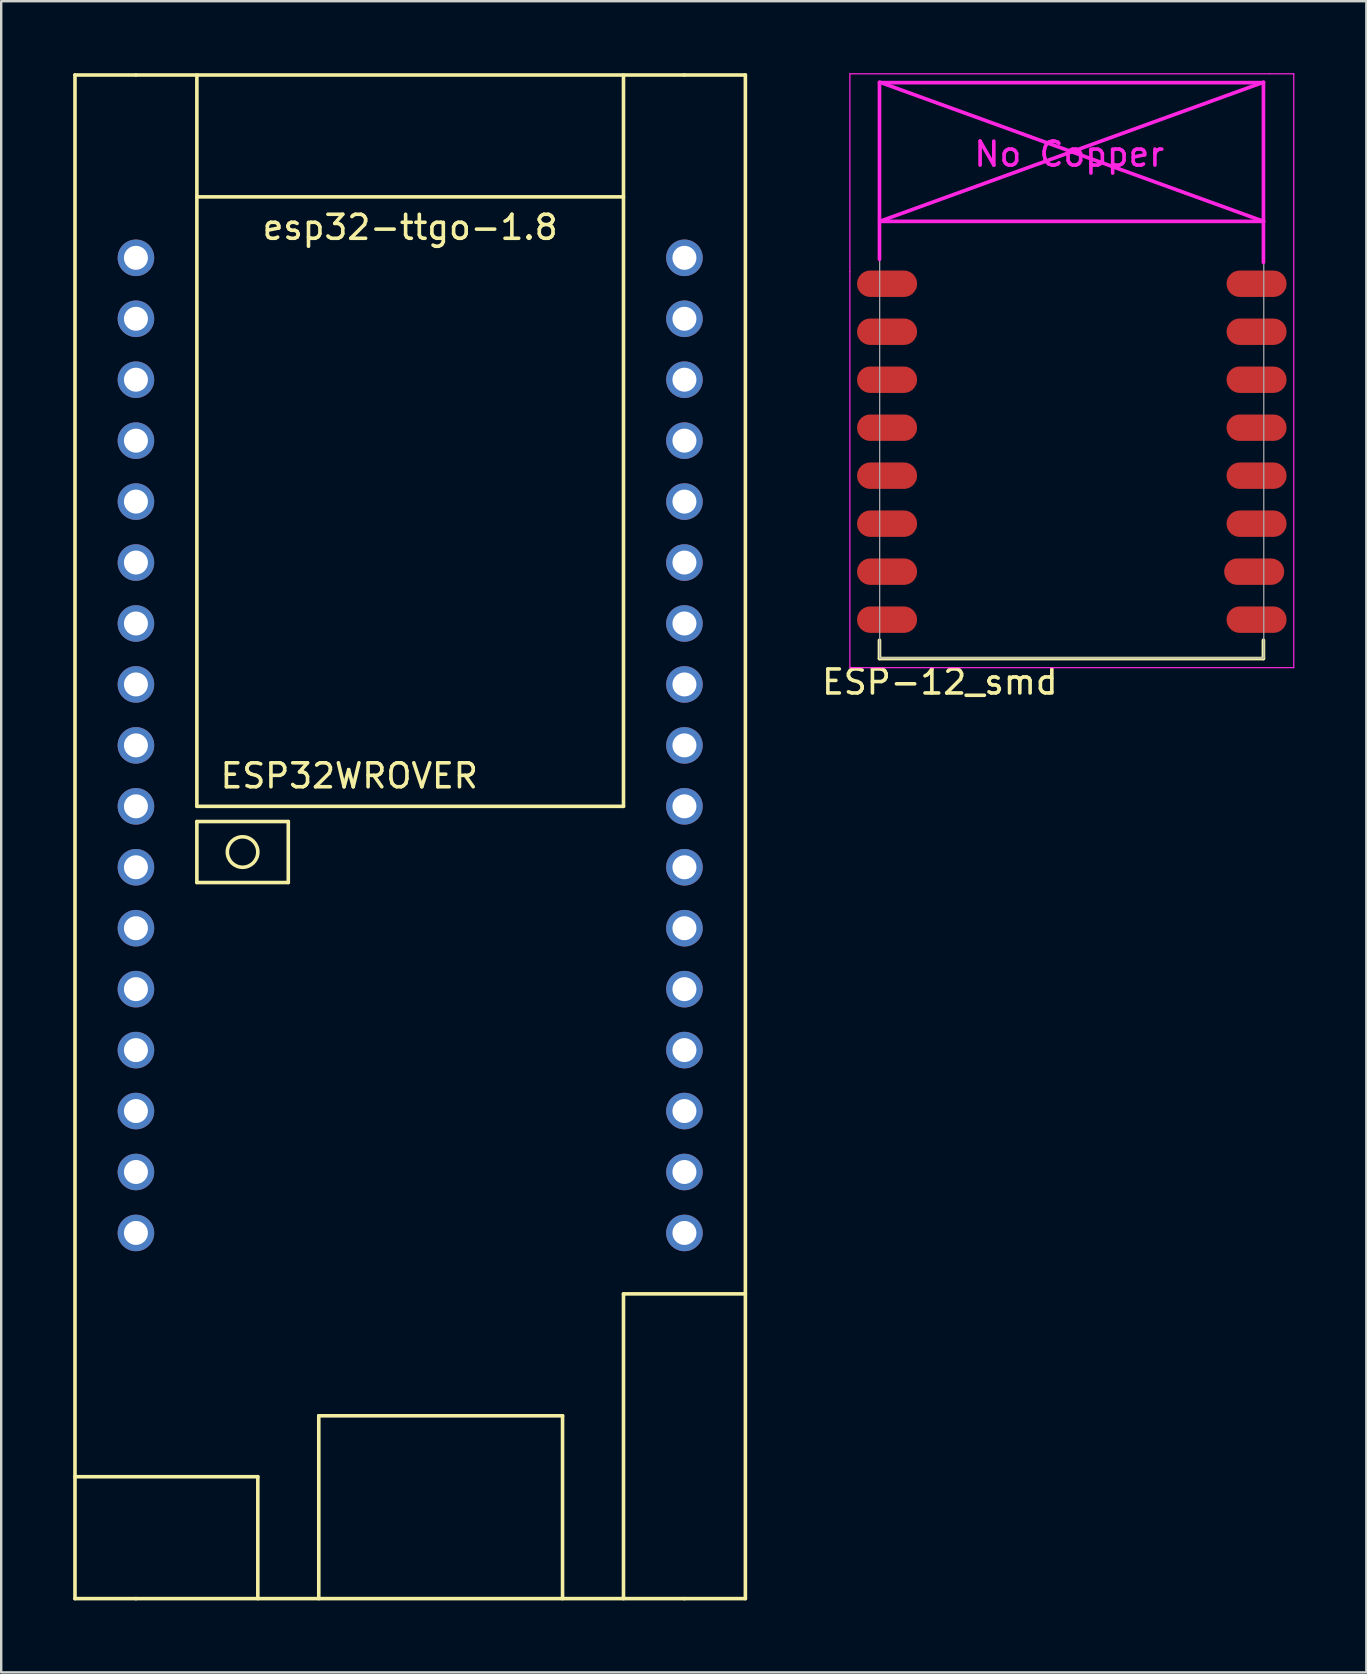
<source format=kicad_pcb>
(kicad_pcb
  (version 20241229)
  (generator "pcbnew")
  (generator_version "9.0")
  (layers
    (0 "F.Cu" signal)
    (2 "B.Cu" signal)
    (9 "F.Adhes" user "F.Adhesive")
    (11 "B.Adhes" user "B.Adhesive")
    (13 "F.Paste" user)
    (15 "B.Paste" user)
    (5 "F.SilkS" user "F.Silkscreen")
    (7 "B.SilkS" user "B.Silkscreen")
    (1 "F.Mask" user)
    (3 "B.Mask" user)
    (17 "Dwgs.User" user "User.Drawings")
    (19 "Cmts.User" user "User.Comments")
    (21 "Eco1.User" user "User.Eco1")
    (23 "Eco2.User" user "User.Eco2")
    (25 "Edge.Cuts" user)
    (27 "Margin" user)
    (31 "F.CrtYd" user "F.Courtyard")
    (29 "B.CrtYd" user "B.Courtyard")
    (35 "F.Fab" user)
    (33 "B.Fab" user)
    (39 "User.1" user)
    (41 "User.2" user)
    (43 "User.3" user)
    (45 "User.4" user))
  (footprint "ESP-12_smd"
    (layer "F.Cu")
    (at 34.62 8.775)
    (property "Reference" "ESP-12_smd" (at 1.5 16.6 0) (layer "F.SilkS") (effects (font (size 1 1) (thickness 0.15))))
    (attr through_hole)
    (fp_line (start -1.016 14.859) (end -1.016 15.621) (stroke (width 0.152) (type solid)) (layer "F.SilkS"))
    (fp_line (start -1.016 15.621) (end 14.986 15.621) (stroke (width 0.152) (type solid)) (layer "F.SilkS"))
    (fp_line (start 14.986 15.621) (end 14.986 14.859) (stroke (width 0.152) (type solid)) (layer "F.SilkS"))
    (fp_line (start -2.25 -8.75) (end 15.25 -8.75) (stroke (width 0.05) (type solid)) (layer "F.CrtYd"))
    (fp_line (start -2.25 -0.5) (end -2.25 -8.75) (stroke (width 0.05) (type solid)) (layer "F.CrtYd"))
    (fp_line (start -2.25 16) (end -2.25 -0.5) (stroke (width 0.05) (type solid)) (layer "F.CrtYd"))
    (fp_line (start -1.016 -8.382) (end -1.016 -1.016) (stroke (width 0.152) (type solid)) (layer "F.CrtYd"))
    (fp_line (start -1.016 -8.382) (end 14.986 -8.382) (stroke (width 0.152) (type solid)) (layer "F.CrtYd"))
    (fp_line (start -1.008 -8.4) (end 14.992 -2.6) (stroke (width 0.152) (type solid)) (layer "F.CrtYd"))
    (fp_line (start -1.008 -2.6) (end 14.992 -2.6) (stroke (width 0.152) (type solid)) (layer "F.CrtYd"))
    (fp_line (start 14.986 -8.382) (end 14.986 -0.889) (stroke (width 0.152) (type solid)) (layer "F.CrtYd"))
    (fp_line (start 14.992 -8.4) (end -1.008 -2.6) (stroke (width 0.152) (type solid)) (layer "F.CrtYd"))
    (fp_line (start 15.25 -8.75) (end 16.25 -8.75) (stroke (width 0.05) (type solid)) (layer "F.CrtYd"))
    (fp_line (start 16.25 -8.75) (end 16.25 16) (stroke (width 0.05) (type solid)) (layer "F.CrtYd"))
    (fp_line (start 16.25 16) (end -2.25 16) (stroke (width 0.05) (type solid)) (layer "F.CrtYd"))
    (fp_line (start -1.008 -8.4) (end 14.992 -8.4) (stroke (width 0.05) (type solid)) (layer "F.Fab"))
    (fp_line (start -1.008 15.6) (end -1.008 -8.4) (stroke (width 0.05) (type solid)) (layer "F.Fab"))
    (fp_line (start 14.992 15.6) (end -1.008 15.6) (stroke (width 0.05) (type solid)) (layer "F.Fab"))
    (fp_line (start 15 -8.4) (end 15 15.6) (stroke (width 0.05) (type solid)) (layer "F.Fab"))
    (fp_text user "No Copper" (at 6.892 -5.4 0) (layer "F.CrtYd") (effects (font (size 1 1) (thickness 0.15))))
    (pad "1" smd oval (at 0 0) (size 2.5 1.1) (drill (offset -0.7 0)) (layers "F.Cu" "F.Mask" "F.Paste"))
    (pad "2" smd oval (at 0 2) (size 2.5 1.1) (drill (offset -0.7 0)) (layers "F.Cu" "F.Mask" "F.Paste"))
    (pad "3" smd oval (at 0 4) (size 2.5 1.1) (drill (offset -0.7 0)) (layers "F.Cu" "F.Mask" "F.Paste"))
    (pad "4" smd oval (at 0 6) (size 2.5 1.1) (drill (offset -0.7 0)) (layers "F.Cu" "F.Mask" "F.Paste"))
    (pad "5" smd oval (at 0 8) (size 2.5 1.1) (drill (offset -0.7 0)) (layers "F.Cu" "F.Mask" "F.Paste"))
    (pad "6" smd oval (at 0 10) (size 2.5 1.1) (drill (offset -0.7 0)) (layers "F.Cu" "F.Mask" "F.Paste"))
    (pad "7" smd oval (at 0 12) (size 2.5 1.1) (drill (offset -0.7 0)) (layers "F.Cu" "F.Mask" "F.Paste"))
    (pad "8" smd oval (at 0 14) (size 2.5 1.1) (drill (offset -0.7 0)) (layers "F.Cu" "F.Mask" "F.Paste"))
    (pad "9" smd oval (at 14 14) (size 2.5 1.1) (drill (offset 0.7 0)) (layers "F.Cu" "F.Mask" "F.Paste"))
    (pad "10" smd oval (at 14 12) (size 2.5 1.1) (drill (offset 0.6 0)) (layers "F.Cu" "F.Mask" "F.Paste"))
    (pad "11" smd oval (at 14 10) (size 2.5 1.1) (drill (offset 0.7 0)) (layers "F.Cu" "F.Mask" "F.Paste"))
    (pad "12" smd oval (at 14 8) (size 2.5 1.1) (drill (offset 0.7 0)) (layers "F.Cu" "F.Mask" "F.Paste"))
    (pad "13" smd oval (at 14 6) (size 2.5 1.1) (drill (offset 0.7 0)) (layers "F.Cu" "F.Mask" "F.Paste"))
    (pad "14" smd oval (at 14 4) (size 2.5 1.1) (drill (offset 0.7 0)) (layers "F.Cu" "F.Mask" "F.Paste"))
    (pad "15" smd oval (at 14 2) (size 2.5 1.1) (drill (offset 0.7 0)) (layers "F.Cu" "F.Mask" "F.Paste"))
    (pad "16" smd oval (at 14 0) (size 2.5 1.1) (drill (offset 0.7 0)) (layers "F.Cu" "F.Mask" "F.Paste")))
  (footprint "esp32-ttgo-1.8"
    (layer "F.Cu")
    (at 15.315 25.475)
    (property "Reference" "esp32-ttgo-1.8" (at -1.27 -19.05 0) (layer "F.SilkS") (effects (font (size 1 1) (thickness 0.15))))
    (attr through_hole)
    (fp_line (start -15.24 -25.4) (end -15.24 38.1) (stroke (width 0.15) (type solid)) (layer "F.SilkS"))
    (fp_line (start -15.24 38.1) (end -12.7 38.1) (stroke (width 0.15) (type solid)) (layer "F.SilkS"))
    (fp_line (start -12.7 -25.4) (end -15.24 -25.4) (stroke (width 0.15) (type solid)) (layer "F.SilkS"))
    (fp_line (start -12.7 -25.4) (end 10.16 -25.4) (stroke (width 0.15) (type solid)) (layer "F.SilkS"))
    (fp_line (start -12.7 38.1) (end 10.16 38.1) (stroke (width 0.15) (type solid)) (layer "F.SilkS"))
    (fp_line (start -10.16 -25.4) (end -10.16 5.08) (stroke (width 0.15) (type solid)) (layer "F.SilkS"))
    (fp_line (start -10.16 -20.32) (end 7.62 -20.32) (stroke (width 0.15) (type solid)) (layer "F.SilkS"))
    (fp_line (start -10.16 5.08) (end 7.62 5.08) (stroke (width 0.15) (type solid)) (layer "F.SilkS"))
    (fp_line (start -10.16 5.715) (end -6.35 5.715) (stroke (width 0.15) (type solid)) (layer "F.SilkS"))
    (fp_line (start -10.16 8.255) (end -10.16 5.715) (stroke (width 0.15) (type solid)) (layer "F.SilkS"))
    (fp_line (start -7.62 33.02) (end -15.24 33.02) (stroke (width 0.15) (type solid)) (layer "F.SilkS"))
    (fp_line (start -7.62 38.1) (end -7.62 33.02) (stroke (width 0.15) (type solid)) (layer "F.SilkS"))
    (fp_line (start -6.35 5.715) (end -6.35 8.255) (stroke (width 0.15) (type solid)) (layer "F.SilkS"))
    (fp_line (start -6.35 8.255) (end -10.16 8.255) (stroke (width 0.15) (type solid)) (layer "F.SilkS"))
    (fp_line (start -5.08 30.48) (end -5.08 38.1) (stroke (width 0.15) (type solid)) (layer "F.SilkS"))
    (fp_line (start 5.08 30.48) (end -5.08 30.48) (stroke (width 0.15) (type solid)) (layer "F.SilkS"))
    (fp_line (start 5.08 38.1) (end 5.08 30.48) (stroke (width 0.15) (type solid)) (layer "F.SilkS"))
    (fp_line (start 7.62 5.08) (end 7.62 -25.4) (stroke (width 0.15) (type solid)) (layer "F.SilkS"))
    (fp_line (start 7.62 25.4) (end 12.7 25.4) (stroke (width 0.15) (type solid)) (layer "F.SilkS"))
    (fp_line (start 7.62 38.1) (end 7.62 25.4) (stroke (width 0.15) (type solid)) (layer "F.SilkS"))
    (fp_line (start 10.16 38.1) (end 12.7 38.1) (stroke (width 0.15) (type solid)) (layer "F.SilkS"))
    (fp_line (start 12.7 -25.4) (end 10.16 -25.4) (stroke (width 0.15) (type solid)) (layer "F.SilkS"))
    (fp_line (start 12.7 38.1) (end 12.7 -25.4) (stroke (width 0.15) (type solid)) (layer "F.SilkS"))
    (fp_circle (center -8.255 6.985) (end -7.62 6.985) (stroke (width 0.15) (type solid)) (fill no) (layer "F.SilkS"))
    (fp_text user "ESP32WROVER" (at -3.81 3.81 0) (layer "F.SilkS") (effects (font (size 1 1) (thickness 0.15))))
    (pad "1" thru_hole circle (at -12.7 -17.78) (size 1.524 1.524) (drill 1) (layers "*.Cu" "*.Mask"))
    (pad "2" thru_hole circle (at -12.7 -15.24) (size 1.524 1.524) (drill 1) (layers "*.Cu" "*.Mask"))
    (pad "3" thru_hole circle (at -12.7 -12.7) (size 1.524 1.524) (drill 1) (layers "*.Cu" "*.Mask"))
    (pad "4" thru_hole circle (at -12.7 -10.16) (size 1.524 1.524) (drill 1) (layers "*.Cu" "*.Mask"))
    (pad "5" thru_hole circle (at -12.7 -7.62) (size 1.524 1.524) (drill 1) (layers "*.Cu" "*.Mask"))
    (pad "6" thru_hole circle (at -12.7 -5.08) (size 1.524 1.524) (drill 1) (layers "*.Cu" "*.Mask"))
    (pad "7" thru_hole circle (at -12.7 -2.54) (size 1.524 1.524) (drill 1) (layers "*.Cu" "*.Mask"))
    (pad "8" thru_hole circle (at -12.7 0) (size 1.524 1.524) (drill 1) (layers "*.Cu" "*.Mask"))
    (pad "9" thru_hole circle (at -12.7 2.54) (size 1.524 1.524) (drill 1) (layers "*.Cu" "*.Mask"))
    (pad "10" thru_hole circle (at -12.7 5.08) (size 1.524 1.524) (drill 1) (layers "*.Cu" "*.Mask"))
    (pad "11" thru_hole circle (at -12.7 7.62) (size 1.524 1.524) (drill 1) (layers "*.Cu" "*.Mask"))
    (pad "12" thru_hole circle (at -12.7 10.16) (size 1.524 1.524) (drill 1) (layers "*.Cu" "*.Mask"))
    (pad "13" thru_hole circle (at -12.7 12.7) (size 1.524 1.524) (drill 1) (layers "*.Cu" "*.Mask"))
    (pad "14" thru_hole circle (at -12.7 15.24) (size 1.524 1.524) (drill 1) (layers "*.Cu" "*.Mask"))
    (pad "15" thru_hole circle (at -12.7 17.78) (size 1.524 1.524) (drill 1) (layers "*.Cu" "*.Mask"))
    (pad "16" thru_hole circle (at -12.7 20.32) (size 1.524 1.524) (drill 1) (layers "*.Cu" "*.Mask"))
    (pad "17" thru_hole circle (at -12.7 22.86) (size 1.524 1.524) (drill 1) (layers "*.Cu" "*.Mask"))
    (pad "18" thru_hole circle (at 10.16 22.86) (size 1.524 1.524) (drill 1) (layers "*.Cu" "*.Mask"))
    (pad "19" thru_hole circle (at 10.16 20.32) (size 1.524 1.524) (drill 1) (layers "*.Cu" "*.Mask"))
    (pad "20" thru_hole circle (at 10.16 17.78) (size 1.524 1.524) (drill 1) (layers "*.Cu" "*.Mask"))
    (pad "21" thru_hole circle (at 10.16 15.24) (size 1.524 1.524) (drill 1) (layers "*.Cu" "*.Mask"))
    (pad "22" thru_hole circle (at 10.16 12.7) (size 1.524 1.524) (drill 1) (layers "*.Cu" "*.Mask"))
    (pad "23" thru_hole circle (at 10.16 10.16) (size 1.524 1.524) (drill 1) (layers "*.Cu" "*.Mask"))
    (pad "24" thru_hole circle (at 10.16 7.62) (size 1.524 1.524) (drill 1) (layers "*.Cu" "*.Mask"))
    (pad "25" thru_hole circle (at 10.16 5.08) (size 1.524 1.524) (drill 1) (layers "*.Cu" "*.Mask"))
    (pad "26" thru_hole circle (at 10.16 2.54) (size 1.524 1.524) (drill 1) (layers "*.Cu" "*.Mask"))
    (pad "27" thru_hole circle (at 10.16 0) (size 1.524 1.524) (drill 1) (layers "*.Cu" "*.Mask"))
    (pad "28" thru_hole circle (at 10.16 -2.54) (size 1.524 1.524) (drill 1) (layers "*.Cu" "*.Mask"))
    (pad "29" thru_hole circle (at 10.16 -5.08) (size 1.524 1.524) (drill 1) (layers "*.Cu" "*.Mask"))
    (pad "30" thru_hole circle (at 10.16 -7.62) (size 1.524 1.524) (drill 1) (layers "*.Cu" "*.Mask"))
    (pad "31" thru_hole circle (at 10.16 -10.16) (size 1.524 1.524) (drill 1) (layers "*.Cu" "*.Mask"))
    (pad "32" thru_hole circle (at 10.16 -12.7) (size 1.524 1.524) (drill 1) (layers "*.Cu" "*.Mask"))
    (pad "33" thru_hole circle (at 10.16 -15.24) (size 1.524 1.524) (drill 1) (layers "*.Cu" "*.Mask"))
    (pad "34" thru_hole circle (at 10.16 -17.78) (size 1.524 1.524) (drill 1) (layers "*.Cu" "*.Mask")))
  (gr_rect
    (start -3 -3)
    (end 53.895 66.65)
    (stroke (width 0.1) (type default))
    (fill no)
    (layer "Edge.Cuts")))
</source>
